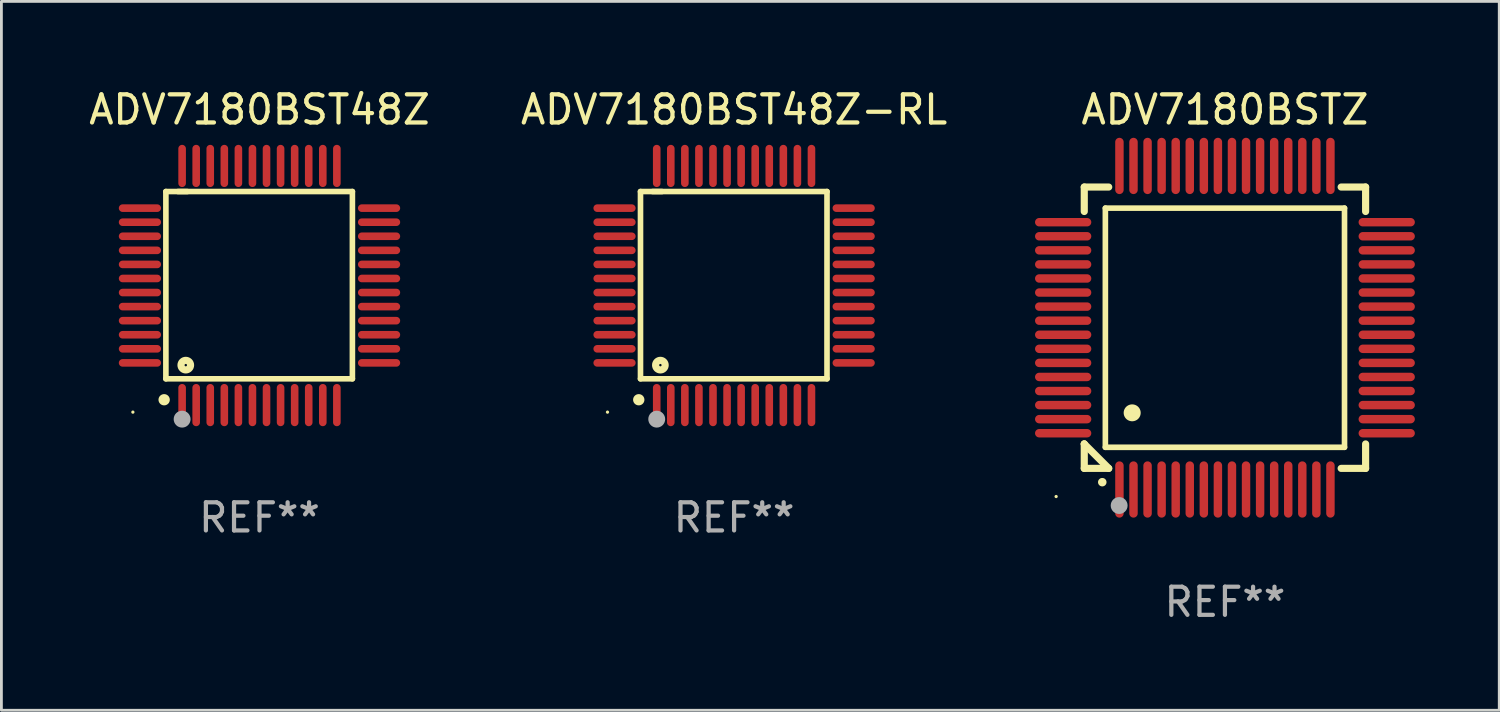
<source format=kicad_pcb>
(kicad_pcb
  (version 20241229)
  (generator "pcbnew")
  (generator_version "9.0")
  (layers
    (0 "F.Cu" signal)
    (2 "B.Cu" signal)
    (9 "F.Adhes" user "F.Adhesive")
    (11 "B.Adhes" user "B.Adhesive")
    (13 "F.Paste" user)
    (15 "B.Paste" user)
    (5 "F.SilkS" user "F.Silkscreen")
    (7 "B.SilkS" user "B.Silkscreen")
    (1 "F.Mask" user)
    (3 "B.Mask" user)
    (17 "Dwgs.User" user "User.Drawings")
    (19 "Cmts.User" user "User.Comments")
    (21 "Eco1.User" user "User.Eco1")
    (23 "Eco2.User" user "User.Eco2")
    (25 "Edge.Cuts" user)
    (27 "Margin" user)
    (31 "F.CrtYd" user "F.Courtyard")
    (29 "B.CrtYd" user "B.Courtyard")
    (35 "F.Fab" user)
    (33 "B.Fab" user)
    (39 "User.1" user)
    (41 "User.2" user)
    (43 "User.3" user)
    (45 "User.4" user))
  (footprint "ADV7180BST48Z-RL"
    (layer "F.Cu")
    (at 23.042 7.098)
    (property "Reference" "ADV7180BST48Z-RL" (at 0 -6.25 0) (layer "F.SilkS") (effects (font (size 1 1) (thickness 0.15))))
    (attr through_hole)
    (fp_line (start -3.327 -3.34) (end -2.565 -3.34) (stroke (width 0.2) (type solid)) (layer "F.SilkS"))
    (fp_line (start -3.327 3.315) (end -3.327 -3.34) (stroke (width 0.2) (type solid)) (layer "F.SilkS"))
    (fp_line (start -2.896 -3.34) (end 3.302 -3.34) (stroke (width 0.2) (type solid)) (layer "F.SilkS"))
    (fp_line (start 3.302 -3.34) (end 3.302 3.315) (stroke (width 0.2) (type solid)) (layer "F.SilkS"))
    (fp_line (start 3.302 3.315) (end -3.327 3.315) (stroke (width 0.2) (type solid)) (layer "F.SilkS"))
    (fp_arc (start -3.389992 4.059995) (mid -3.388722 4.059991) (end -3.387452 4.059995) (stroke (width 0.4) (type solid)) (layer "F.SilkS"))
    (fp_circle (center -4.5 4.5) (end -4.47 4.5) (stroke (width 0.06) (type solid)) (fill no) (layer "F.SilkS"))
    (fp_circle (center -2.62 2.83) (end -2.45 2.83) (stroke (width 0.254) (type solid)) (fill no) (layer "F.SilkS"))
    (fp_circle (center -2.75 4.75) (end -2.6 4.75) (stroke (width 0.3) (type solid)) (fill no) (layer "F.Fab"))
    (fp_text user "REF**" (at 0 8.25 0) (layer "F.Fab") (effects (font (size 1 1) (thickness 0.15))))
    (pad "1" smd oval (at -2.75 4.25) (size 0.27 1.5) (layers "F.Cu" "F.Mask" "F.Paste"))
    (pad "2" smd oval (at -2.25 4.25) (size 0.27 1.5) (layers "F.Cu" "F.Mask" "F.Paste"))
    (pad "3" smd oval (at -1.75 4.25) (size 0.27 1.5) (layers "F.Cu" "F.Mask" "F.Paste"))
    (pad "4" smd oval (at -1.25 4.25) (size 0.27 1.5) (layers "F.Cu" "F.Mask" "F.Paste"))
    (pad "5" smd oval (at -0.75 4.25) (size 0.27 1.5) (layers "F.Cu" "F.Mask" "F.Paste"))
    (pad "6" smd oval (at -0.25 4.25) (size 0.27 1.5) (layers "F.Cu" "F.Mask" "F.Paste"))
    (pad "7" smd oval (at 0.25 4.25) (size 0.27 1.5) (layers "F.Cu" "F.Mask" "F.Paste"))
    (pad "8" smd oval (at 0.75 4.25) (size 0.27 1.5) (layers "F.Cu" "F.Mask" "F.Paste"))
    (pad "9" smd oval (at 1.25 4.25) (size 0.27 1.5) (layers "F.Cu" "F.Mask" "F.Paste"))
    (pad "10" smd oval (at 1.75 4.25) (size 0.27 1.5) (layers "F.Cu" "F.Mask" "F.Paste"))
    (pad "11" smd oval (at 2.25 4.25) (size 0.27 1.5) (layers "F.Cu" "F.Mask" "F.Paste"))
    (pad "12" smd oval (at 2.75 4.25) (size 0.27 1.5) (layers "F.Cu" "F.Mask" "F.Paste"))
    (pad "13" smd oval (at 4.25 2.75) (size 1.5 0.27) (layers "F.Cu" "F.Mask" "F.Paste"))
    (pad "14" smd oval (at 4.25 2.25) (size 1.5 0.27) (layers "F.Cu" "F.Mask" "F.Paste"))
    (pad "15" smd oval (at 4.25 1.75) (size 1.5 0.27) (layers "F.Cu" "F.Mask" "F.Paste"))
    (pad "16" smd oval (at 4.25 1.25) (size 1.5 0.27) (layers "F.Cu" "F.Mask" "F.Paste"))
    (pad "17" smd oval (at 4.25 0.75) (size 1.5 0.27) (layers "F.Cu" "F.Mask" "F.Paste"))
    (pad "18" smd oval (at 4.25 0.25) (size 1.5 0.27) (layers "F.Cu" "F.Mask" "F.Paste"))
    (pad "19" smd oval (at 4.25 -0.25) (size 1.5 0.27) (layers "F.Cu" "F.Mask" "F.Paste"))
    (pad "20" smd oval (at 4.25 -0.75) (size 1.5 0.27) (layers "F.Cu" "F.Mask" "F.Paste"))
    (pad "21" smd oval (at 4.25 -1.25) (size 1.5 0.27) (layers "F.Cu" "F.Mask" "F.Paste"))
    (pad "22" smd oval (at 4.25 -1.75) (size 1.5 0.27) (layers "F.Cu" "F.Mask" "F.Paste"))
    (pad "23" smd oval (at 4.25 -2.25) (size 1.5 0.27) (layers "F.Cu" "F.Mask" "F.Paste"))
    (pad "24" smd oval (at 4.25 -2.75) (size 1.5 0.27) (layers "F.Cu" "F.Mask" "F.Paste"))
    (pad "25" smd oval (at 2.75 -4.25) (size 0.27 1.5) (layers "F.Cu" "F.Mask" "F.Paste"))
    (pad "26" smd oval (at 2.25 -4.25) (size 0.27 1.5) (layers "F.Cu" "F.Mask" "F.Paste"))
    (pad "27" smd oval (at 1.75 -4.25) (size 0.27 1.5) (layers "F.Cu" "F.Mask" "F.Paste"))
    (pad "28" smd oval (at 1.25 -4.25) (size 0.27 1.5) (layers "F.Cu" "F.Mask" "F.Paste"))
    (pad "29" smd oval (at 0.75 -4.25) (size 0.27 1.5) (layers "F.Cu" "F.Mask" "F.Paste"))
    (pad "30" smd oval (at 0.25 -4.25) (size 0.27 1.5) (layers "F.Cu" "F.Mask" "F.Paste"))
    (pad "31" smd oval (at -0.25 -4.25) (size 0.27 1.5) (layers "F.Cu" "F.Mask" "F.Paste"))
    (pad "32" smd oval (at -0.75 -4.25) (size 0.27 1.5) (layers "F.Cu" "F.Mask" "F.Paste"))
    (pad "33" smd oval (at -1.25 -4.25) (size 0.27 1.5) (layers "F.Cu" "F.Mask" "F.Paste"))
    (pad "34" smd oval (at -1.75 -4.25) (size 0.27 1.5) (layers "F.Cu" "F.Mask" "F.Paste"))
    (pad "35" smd oval (at -2.25 -4.25) (size 0.27 1.5) (layers "F.Cu" "F.Mask" "F.Paste"))
    (pad "36" smd oval (at -2.75 -4.25) (size 0.27 1.5) (layers "F.Cu" "F.Mask" "F.Paste"))
    (pad "37" smd oval (at -4.25 -2.75) (size 1.5 0.27) (layers "F.Cu" "F.Mask" "F.Paste"))
    (pad "38" smd oval (at -4.25 -2.25) (size 1.5 0.27) (layers "F.Cu" "F.Mask" "F.Paste"))
    (pad "39" smd oval (at -4.25 -1.75) (size 1.5 0.27) (layers "F.Cu" "F.Mask" "F.Paste"))
    (pad "40" smd oval (at -4.25 -1.25) (size 1.5 0.27) (layers "F.Cu" "F.Mask" "F.Paste"))
    (pad "41" smd oval (at -4.25 -0.75) (size 1.5 0.27) (layers "F.Cu" "F.Mask" "F.Paste"))
    (pad "42" smd oval (at -4.25 -0.25) (size 1.5 0.27) (layers "F.Cu" "F.Mask" "F.Paste"))
    (pad "43" smd oval (at -4.25 0.25) (size 1.5 0.27) (layers "F.Cu" "F.Mask" "F.Paste"))
    (pad "44" smd oval (at -4.25 0.75) (size 1.5 0.27) (layers "F.Cu" "F.Mask" "F.Paste"))
    (pad "45" smd oval (at -4.25 1.25) (size 1.5 0.27) (layers "F.Cu" "F.Mask" "F.Paste"))
    (pad "46" smd oval (at -4.25 1.75) (size 1.5 0.27) (layers "F.Cu" "F.Mask" "F.Paste"))
    (pad "47" smd oval (at -4.25 2.25) (size 1.5 0.27) (layers "F.Cu" "F.Mask" "F.Paste"))
    (pad "48" smd oval (at -4.25 2.75) (size 1.5 0.27) (layers "F.Cu" "F.Mask" "F.Paste")))
  (footprint "ADV7180BSTZ"
    (layer "F.Cu")
    (at 40.488 8.598)
    (property "Reference" "ADV7180BSTZ" (at 0 -7.75 0) (layer "F.SilkS") (effects (font (size 1 1) (thickness 0.15))))
    (attr through_hole)
    (fp_line (start -5 -5) (end -4.131 -5) (stroke (width 0.254) (type solid)) (layer "F.SilkS"))
    (fp_line (start -5 -4.131) (end -5 -5) (stroke (width 0.254) (type solid)) (layer "F.SilkS"))
    (fp_line (start -5 4.131) (end -5 4.131) (stroke (width 0.254) (type solid)) (layer "F.SilkS"))
    (fp_line (start -5 5) (end -5 4.131) (stroke (width 0.254) (type solid)) (layer "F.SilkS"))
    (fp_line (start -5 4.131) (end -4.131 5) (stroke (width 0.254) (type solid)) (layer "F.SilkS"))
    (fp_line (start -4.25 -4.25) (end -4.25 4.25) (stroke (width 0.2) (type solid)) (layer "F.SilkS"))
    (fp_line (start -4.25 4.25) (end 4.25 4.25) (stroke (width 0.2) (type solid)) (layer "F.SilkS"))
    (fp_line (start -4.131 5) (end -5 5) (stroke (width 0.254) (type solid)) (layer "F.SilkS"))
    (fp_line (start 4.25 -4.25) (end -4.25 -4.25) (stroke (width 0.2) (type solid)) (layer "F.SilkS"))
    (fp_line (start 4.25 4.25) (end 4.25 -4.25) (stroke (width 0.2) (type solid)) (layer "F.SilkS"))
    (fp_line (start 5 -5) (end 4.131 -5) (stroke (width 0.254) (type solid)) (layer "F.SilkS"))
    (fp_line (start 5 -5) (end 5 -4.131) (stroke (width 0.254) (type solid)) (layer "F.SilkS"))
    (fp_line (start 5 4.131) (end 5 5) (stroke (width 0.254) (type solid)) (layer "F.SilkS"))
    (fp_line (start 5 5) (end 4.131 5) (stroke (width 0.254) (type solid)) (layer "F.SilkS"))
    (fp_arc (start -4.361265 5.489992) (mid -4.359995 5.489987) (end -4.358725 5.489992) (stroke (width 0.3) (type solid)) (layer "F.SilkS"))
    (fp_arc (start -3.299467 3.025146) (mid -3.296927 3.025135) (end -3.294387 3.025146) (stroke (width 0.6) (type solid)) (layer "F.SilkS"))
    (fp_circle (center -6 6) (end -5.97 6) (stroke (width 0.06) (type solid)) (fill no) (layer "F.SilkS"))
    (fp_circle (center -3.76 6.32) (end -3.61 6.32) (stroke (width 0.3) (type solid)) (fill no) (layer "F.Fab"))
    (fp_text user "REF**" (at 0 9.75 0) (layer "F.Fab") (effects (font (size 1 1) (thickness 0.15))))
    (pad "1" smd oval (at -3.75 5.75) (size 0.3 2) (layers "F.Cu" "F.Mask" "F.Paste"))
    (pad "2" smd oval (at -3.25 5.75) (size 0.3 2) (layers "F.Cu" "F.Mask" "F.Paste"))
    (pad "3" smd oval (at -2.75 5.75) (size 0.3 2) (layers "F.Cu" "F.Mask" "F.Paste"))
    (pad "4" smd oval (at -2.25 5.75) (size 0.3 2) (layers "F.Cu" "F.Mask" "F.Paste"))
    (pad "5" smd oval (at -1.75 5.75) (size 0.3 2) (layers "F.Cu" "F.Mask" "F.Paste"))
    (pad "6" smd oval (at -1.25 5.75) (size 0.3 2) (layers "F.Cu" "F.Mask" "F.Paste"))
    (pad "7" smd oval (at -0.75 5.75) (size 0.3 2) (layers "F.Cu" "F.Mask" "F.Paste"))
    (pad "8" smd oval (at -0.25 5.75) (size 0.3 2) (layers "F.Cu" "F.Mask" "F.Paste"))
    (pad "9" smd oval (at 0.25 5.75) (size 0.3 2) (layers "F.Cu" "F.Mask" "F.Paste"))
    (pad "10" smd oval (at 0.75 5.75) (size 0.3 2) (layers "F.Cu" "F.Mask" "F.Paste"))
    (pad "11" smd oval (at 1.25 5.75) (size 0.3 2) (layers "F.Cu" "F.Mask" "F.Paste"))
    (pad "12" smd oval (at 1.75 5.75) (size 0.3 2) (layers "F.Cu" "F.Mask" "F.Paste"))
    (pad "13" smd oval (at 2.25 5.75) (size 0.3 2) (layers "F.Cu" "F.Mask" "F.Paste"))
    (pad "14" smd oval (at 2.75 5.75) (size 0.3 2) (layers "F.Cu" "F.Mask" "F.Paste"))
    (pad "15" smd oval (at 3.25 5.75) (size 0.3 2) (layers "F.Cu" "F.Mask" "F.Paste"))
    (pad "16" smd oval (at 3.75 5.75) (size 0.3 2) (layers "F.Cu" "F.Mask" "F.Paste"))
    (pad "17" smd oval (at 5.75 3.75) (size 2 0.3) (layers "F.Cu" "F.Mask" "F.Paste"))
    (pad "18" smd oval (at 5.75 3.25) (size 2 0.3) (layers "F.Cu" "F.Mask" "F.Paste"))
    (pad "19" smd oval (at 5.75 2.75) (size 2 0.3) (layers "F.Cu" "F.Mask" "F.Paste"))
    (pad "20" smd oval (at 5.75 2.25) (size 2 0.3) (layers "F.Cu" "F.Mask" "F.Paste"))
    (pad "21" smd oval (at 5.75 1.75) (size 2 0.3) (layers "F.Cu" "F.Mask" "F.Paste"))
    (pad "22" smd oval (at 5.75 1.25) (size 2 0.3) (layers "F.Cu" "F.Mask" "F.Paste"))
    (pad "23" smd oval (at 5.75 0.75) (size 2 0.3) (layers "F.Cu" "F.Mask" "F.Paste"))
    (pad "24" smd oval (at 5.75 0.25) (size 2 0.3) (layers "F.Cu" "F.Mask" "F.Paste"))
    (pad "25" smd oval (at 5.75 -0.25) (size 2 0.3) (layers "F.Cu" "F.Mask" "F.Paste"))
    (pad "26" smd oval (at 5.75 -0.75) (size 2 0.3) (layers "F.Cu" "F.Mask" "F.Paste"))
    (pad "27" smd oval (at 5.75 -1.25) (size 2 0.3) (layers "F.Cu" "F.Mask" "F.Paste"))
    (pad "28" smd oval (at 5.75 -1.75) (size 2 0.3) (layers "F.Cu" "F.Mask" "F.Paste"))
    (pad "29" smd oval (at 5.75 -2.25) (size 2 0.3) (layers "F.Cu" "F.Mask" "F.Paste"))
    (pad "30" smd oval (at 5.75 -2.75) (size 2 0.3) (layers "F.Cu" "F.Mask" "F.Paste"))
    (pad "31" smd oval (at 5.75 -3.25) (size 2 0.3) (layers "F.Cu" "F.Mask" "F.Paste"))
    (pad "32" smd oval (at 5.75 -3.75) (size 2 0.3) (layers "F.Cu" "F.Mask" "F.Paste"))
    (pad "33" smd oval (at 3.75 -5.75) (size 0.3 2) (layers "F.Cu" "F.Mask" "F.Paste"))
    (pad "34" smd oval (at 3.25 -5.75) (size 0.3 2) (layers "F.Cu" "F.Mask" "F.Paste"))
    (pad "35" smd oval (at 2.75 -5.75) (size 0.3 2) (layers "F.Cu" "F.Mask" "F.Paste"))
    (pad "36" smd oval (at 2.25 -5.75) (size 0.3 2) (layers "F.Cu" "F.Mask" "F.Paste"))
    (pad "37" smd oval (at 1.75 -5.75) (size 0.3 2) (layers "F.Cu" "F.Mask" "F.Paste"))
    (pad "38" smd oval (at 1.25 -5.75) (size 0.3 2) (layers "F.Cu" "F.Mask" "F.Paste"))
    (pad "39" smd oval (at 0.75 -5.75) (size 0.3 2) (layers "F.Cu" "F.Mask" "F.Paste"))
    (pad "40" smd oval (at 0.25 -5.75) (size 0.3 2) (layers "F.Cu" "F.Mask" "F.Paste"))
    (pad "41" smd oval (at -0.25 -5.75) (size 0.3 2) (layers "F.Cu" "F.Mask" "F.Paste"))
    (pad "42" smd oval (at -0.75 -5.75) (size 0.3 2) (layers "F.Cu" "F.Mask" "F.Paste"))
    (pad "43" smd oval (at -1.25 -5.75) (size 0.3 2) (layers "F.Cu" "F.Mask" "F.Paste"))
    (pad "44" smd oval (at -1.75 -5.75) (size 0.3 2) (layers "F.Cu" "F.Mask" "F.Paste"))
    (pad "45" smd oval (at -2.25 -5.75) (size 0.3 2) (layers "F.Cu" "F.Mask" "F.Paste"))
    (pad "46" smd oval (at -2.75 -5.75) (size 0.3 2) (layers "F.Cu" "F.Mask" "F.Paste"))
    (pad "47" smd oval (at -3.25 -5.75) (size 0.3 2) (layers "F.Cu" "F.Mask" "F.Paste"))
    (pad "48" smd oval (at -3.75 -5.75) (size 0.3 2) (layers "F.Cu" "F.Mask" "F.Paste"))
    (pad "49" smd oval (at -5.75 -3.75) (size 2 0.3) (layers "F.Cu" "F.Mask" "F.Paste"))
    (pad "50" smd oval (at -5.75 -3.25) (size 2 0.3) (layers "F.Cu" "F.Mask" "F.Paste"))
    (pad "51" smd oval (at -5.75 -2.75) (size 2 0.3) (layers "F.Cu" "F.Mask" "F.Paste"))
    (pad "52" smd oval (at -5.75 -2.25) (size 2 0.3) (layers "F.Cu" "F.Mask" "F.Paste"))
    (pad "53" smd oval (at -5.75 -1.75) (size 2 0.3) (layers "F.Cu" "F.Mask" "F.Paste"))
    (pad "54" smd oval (at -5.75 -1.25) (size 2 0.3) (layers "F.Cu" "F.Mask" "F.Paste"))
    (pad "55" smd oval (at -5.75 -0.75) (size 2 0.3) (layers "F.Cu" "F.Mask" "F.Paste"))
    (pad "56" smd oval (at -5.75 -0.25) (size 2 0.3) (layers "F.Cu" "F.Mask" "F.Paste"))
    (pad "57" smd oval (at -5.75 0.25) (size 2 0.3) (layers "F.Cu" "F.Mask" "F.Paste"))
    (pad "58" smd oval (at -5.75 0.75) (size 2 0.3) (layers "F.Cu" "F.Mask" "F.Paste"))
    (pad "59" smd oval (at -5.75 1.25) (size 2 0.3) (layers "F.Cu" "F.Mask" "F.Paste"))
    (pad "60" smd oval (at -5.75 1.75) (size 2 0.3) (layers "F.Cu" "F.Mask" "F.Paste"))
    (pad "61" smd oval (at -5.75 2.25) (size 2 0.3) (layers "F.Cu" "F.Mask" "F.Paste"))
    (pad "62" smd oval (at -5.75 2.75) (size 2 0.3) (layers "F.Cu" "F.Mask" "F.Paste"))
    (pad "63" smd oval (at -5.75 3.25) (size 2 0.3) (layers "F.Cu" "F.Mask" "F.Paste"))
    (pad "64" smd oval (at -5.75 3.75) (size 2 0.3) (layers "F.Cu" "F.Mask" "F.Paste")))
  (footprint "ADV7180BST48Z"
    (layer "F.Cu")
    (at 6.173 7.098)
    (property "Reference" "ADV7180BST48Z" (at 0 -6.25 0) (layer "F.SilkS") (effects (font (size 1 1) (thickness 0.15))))
    (attr through_hole)
    (fp_line (start -3.327 -3.34) (end -2.565 -3.34) (stroke (width 0.2) (type solid)) (layer "F.SilkS"))
    (fp_line (start -3.327 3.315) (end -3.327 -3.34) (stroke (width 0.2) (type solid)) (layer "F.SilkS"))
    (fp_line (start -2.896 -3.34) (end 3.302 -3.34) (stroke (width 0.2) (type solid)) (layer "F.SilkS"))
    (fp_line (start 3.302 -3.34) (end 3.302 3.315) (stroke (width 0.2) (type solid)) (layer "F.SilkS"))
    (fp_line (start 3.302 3.315) (end -3.327 3.315) (stroke (width 0.2) (type solid)) (layer "F.SilkS"))
    (fp_arc (start -3.389992 4.059995) (mid -3.388722 4.059991) (end -3.387452 4.059995) (stroke (width 0.4) (type solid)) (layer "F.SilkS"))
    (fp_circle (center -4.5 4.5) (end -4.47 4.5) (stroke (width 0.06) (type solid)) (fill no) (layer "F.SilkS"))
    (fp_circle (center -2.62 2.83) (end -2.45 2.83) (stroke (width 0.254) (type solid)) (fill no) (layer "F.SilkS"))
    (fp_circle (center -2.75 4.75) (end -2.6 4.75) (stroke (width 0.3) (type solid)) (fill no) (layer "F.Fab"))
    (fp_text user "REF**" (at 0 8.25 0) (layer "F.Fab") (effects (font (size 1 1) (thickness 0.15))))
    (pad "1" smd oval (at -2.75 4.25) (size 0.27 1.5) (layers "F.Cu" "F.Mask" "F.Paste"))
    (pad "2" smd oval (at -2.25 4.25) (size 0.27 1.5) (layers "F.Cu" "F.Mask" "F.Paste"))
    (pad "3" smd oval (at -1.75 4.25) (size 0.27 1.5) (layers "F.Cu" "F.Mask" "F.Paste"))
    (pad "4" smd oval (at -1.25 4.25) (size 0.27 1.5) (layers "F.Cu" "F.Mask" "F.Paste"))
    (pad "5" smd oval (at -0.75 4.25) (size 0.27 1.5) (layers "F.Cu" "F.Mask" "F.Paste"))
    (pad "6" smd oval (at -0.25 4.25) (size 0.27 1.5) (layers "F.Cu" "F.Mask" "F.Paste"))
    (pad "7" smd oval (at 0.25 4.25) (size 0.27 1.5) (layers "F.Cu" "F.Mask" "F.Paste"))
    (pad "8" smd oval (at 0.75 4.25) (size 0.27 1.5) (layers "F.Cu" "F.Mask" "F.Paste"))
    (pad "9" smd oval (at 1.25 4.25) (size 0.27 1.5) (layers "F.Cu" "F.Mask" "F.Paste"))
    (pad "10" smd oval (at 1.75 4.25) (size 0.27 1.5) (layers "F.Cu" "F.Mask" "F.Paste"))
    (pad "11" smd oval (at 2.25 4.25) (size 0.27 1.5) (layers "F.Cu" "F.Mask" "F.Paste"))
    (pad "12" smd oval (at 2.75 4.25) (size 0.27 1.5) (layers "F.Cu" "F.Mask" "F.Paste"))
    (pad "13" smd oval (at 4.25 2.75) (size 1.5 0.27) (layers "F.Cu" "F.Mask" "F.Paste"))
    (pad "14" smd oval (at 4.25 2.25) (size 1.5 0.27) (layers "F.Cu" "F.Mask" "F.Paste"))
    (pad "15" smd oval (at 4.25 1.75) (size 1.5 0.27) (layers "F.Cu" "F.Mask" "F.Paste"))
    (pad "16" smd oval (at 4.25 1.25) (size 1.5 0.27) (layers "F.Cu" "F.Mask" "F.Paste"))
    (pad "17" smd oval (at 4.25 0.75) (size 1.5 0.27) (layers "F.Cu" "F.Mask" "F.Paste"))
    (pad "18" smd oval (at 4.25 0.25) (size 1.5 0.27) (layers "F.Cu" "F.Mask" "F.Paste"))
    (pad "19" smd oval (at 4.25 -0.25) (size 1.5 0.27) (layers "F.Cu" "F.Mask" "F.Paste"))
    (pad "20" smd oval (at 4.25 -0.75) (size 1.5 0.27) (layers "F.Cu" "F.Mask" "F.Paste"))
    (pad "21" smd oval (at 4.25 -1.25) (size 1.5 0.27) (layers "F.Cu" "F.Mask" "F.Paste"))
    (pad "22" smd oval (at 4.25 -1.75) (size 1.5 0.27) (layers "F.Cu" "F.Mask" "F.Paste"))
    (pad "23" smd oval (at 4.25 -2.25) (size 1.5 0.27) (layers "F.Cu" "F.Mask" "F.Paste"))
    (pad "24" smd oval (at 4.25 -2.75) (size 1.5 0.27) (layers "F.Cu" "F.Mask" "F.Paste"))
    (pad "25" smd oval (at 2.75 -4.25) (size 0.27 1.5) (layers "F.Cu" "F.Mask" "F.Paste"))
    (pad "26" smd oval (at 2.25 -4.25) (size 0.27 1.5) (layers "F.Cu" "F.Mask" "F.Paste"))
    (pad "27" smd oval (at 1.75 -4.25) (size 0.27 1.5) (layers "F.Cu" "F.Mask" "F.Paste"))
    (pad "28" smd oval (at 1.25 -4.25) (size 0.27 1.5) (layers "F.Cu" "F.Mask" "F.Paste"))
    (pad "29" smd oval (at 0.75 -4.25) (size 0.27 1.5) (layers "F.Cu" "F.Mask" "F.Paste"))
    (pad "30" smd oval (at 0.25 -4.25) (size 0.27 1.5) (layers "F.Cu" "F.Mask" "F.Paste"))
    (pad "31" smd oval (at -0.25 -4.25) (size 0.27 1.5) (layers "F.Cu" "F.Mask" "F.Paste"))
    (pad "32" smd oval (at -0.75 -4.25) (size 0.27 1.5) (layers "F.Cu" "F.Mask" "F.Paste"))
    (pad "33" smd oval (at -1.25 -4.25) (size 0.27 1.5) (layers "F.Cu" "F.Mask" "F.Paste"))
    (pad "34" smd oval (at -1.75 -4.25) (size 0.27 1.5) (layers "F.Cu" "F.Mask" "F.Paste"))
    (pad "35" smd oval (at -2.25 -4.25) (size 0.27 1.5) (layers "F.Cu" "F.Mask" "F.Paste"))
    (pad "36" smd oval (at -2.75 -4.25) (size 0.27 1.5) (layers "F.Cu" "F.Mask" "F.Paste"))
    (pad "37" smd oval (at -4.25 -2.75) (size 1.5 0.27) (layers "F.Cu" "F.Mask" "F.Paste"))
    (pad "38" smd oval (at -4.25 -2.25) (size 1.5 0.27) (layers "F.Cu" "F.Mask" "F.Paste"))
    (pad "39" smd oval (at -4.25 -1.75) (size 1.5 0.27) (layers "F.Cu" "F.Mask" "F.Paste"))
    (pad "40" smd oval (at -4.25 -1.25) (size 1.5 0.27) (layers "F.Cu" "F.Mask" "F.Paste"))
    (pad "41" smd oval (at -4.25 -0.75) (size 1.5 0.27) (layers "F.Cu" "F.Mask" "F.Paste"))
    (pad "42" smd oval (at -4.25 -0.25) (size 1.5 0.27) (layers "F.Cu" "F.Mask" "F.Paste"))
    (pad "43" smd oval (at -4.25 0.25) (size 1.5 0.27) (layers "F.Cu" "F.Mask" "F.Paste"))
    (pad "44" smd oval (at -4.25 0.75) (size 1.5 0.27) (layers "F.Cu" "F.Mask" "F.Paste"))
    (pad "45" smd oval (at -4.25 1.25) (size 1.5 0.27) (layers "F.Cu" "F.Mask" "F.Paste"))
    (pad "46" smd oval (at -4.25 1.75) (size 1.5 0.27) (layers "F.Cu" "F.Mask" "F.Paste"))
    (pad "47" smd oval (at -4.25 2.25) (size 1.5 0.27) (layers "F.Cu" "F.Mask" "F.Paste"))
    (pad "48" smd oval (at -4.25 2.75) (size 1.5 0.27) (layers "F.Cu" "F.Mask" "F.Paste")))
  (gr_rect
    (start -3 -3)
    (end 50.238 22.196)
    (stroke (width 0.1) (type default))
    (fill no)
    (layer "Edge.Cuts")))
</source>
